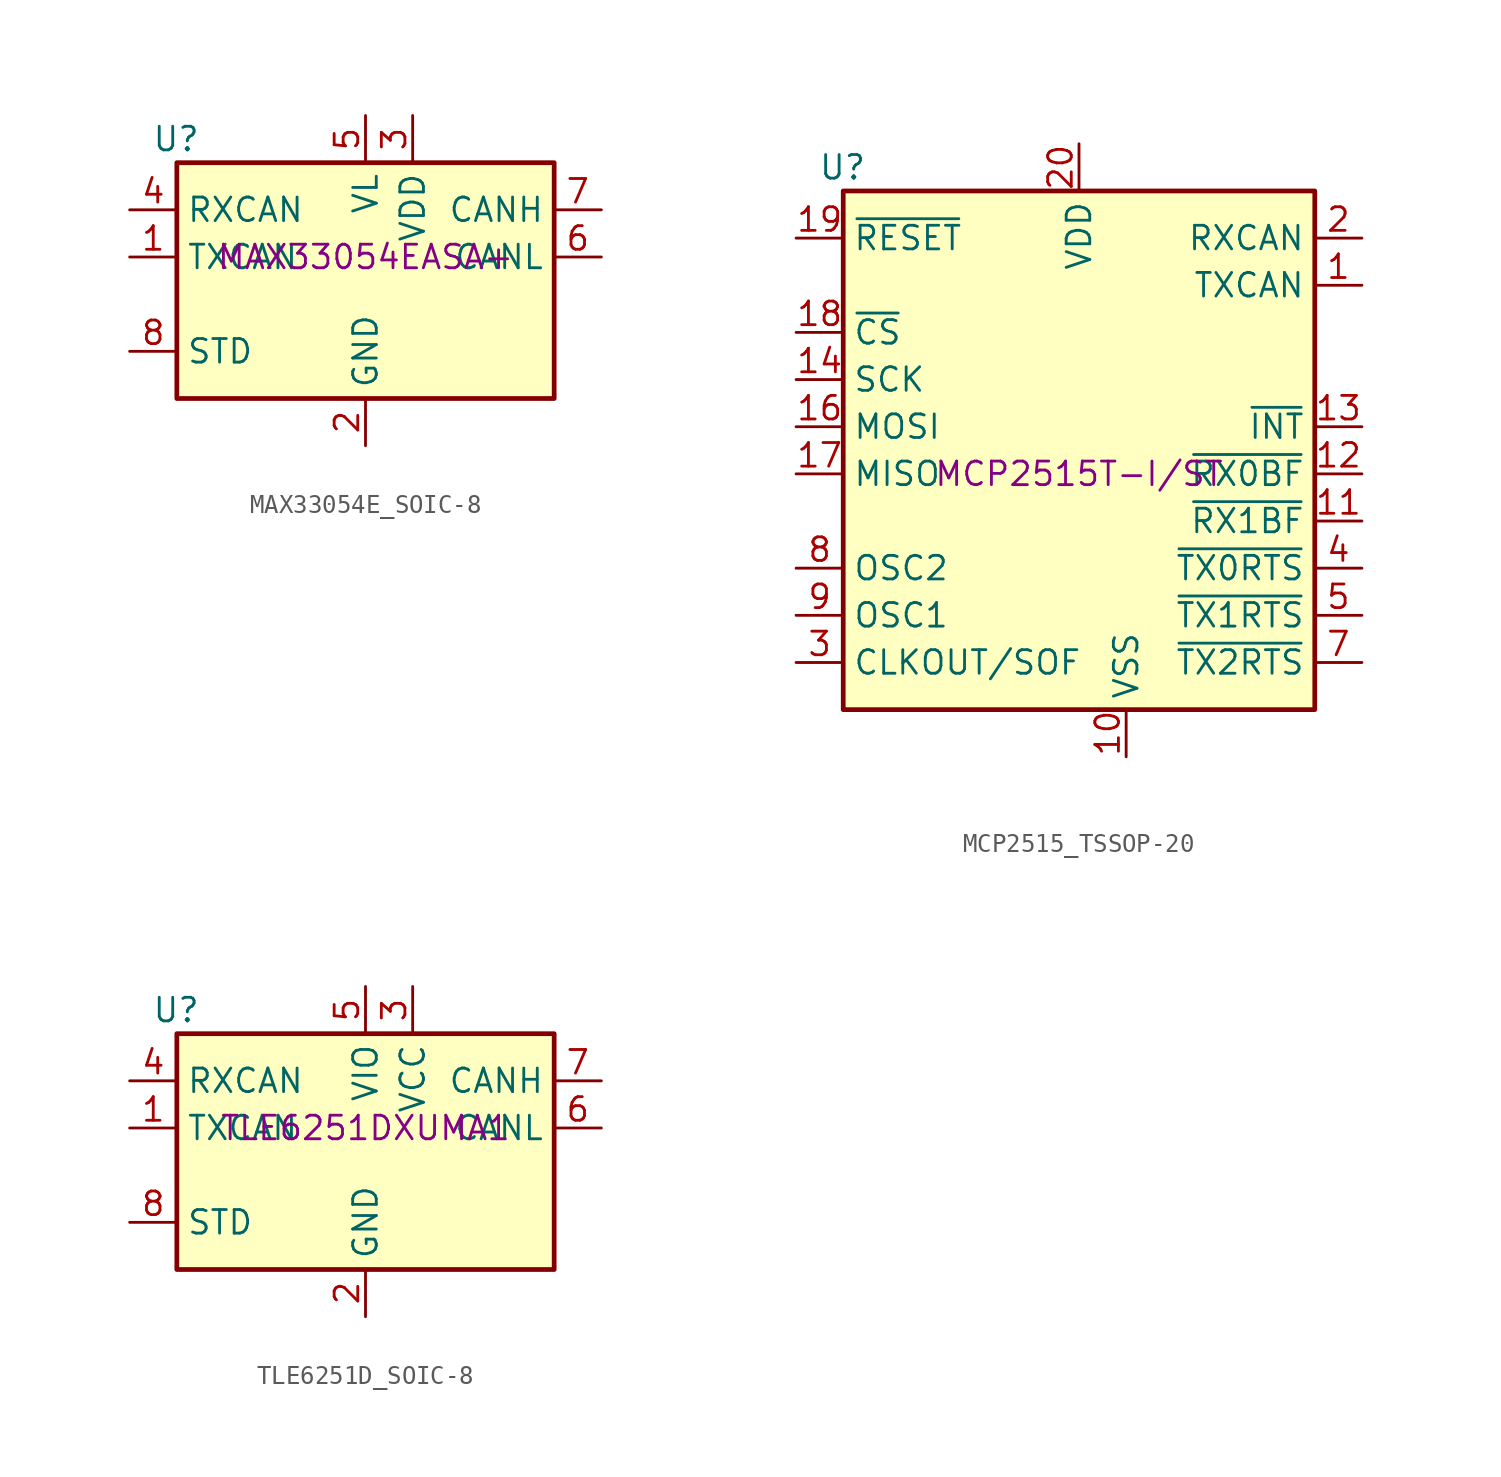
<source format=kicad_sym>
(kicad_symbol_lib
  (version 20211014)
  (generator kicad_symbol_editor)
  (symbol "MAX33054E_SOIC-8"
    (property "Reference" "U"
      (at -8.89 6.35 0)
      (effects (font (size 1.27 1.27)) (justify right)))
    (property "Manufacturer Part Number" "MAX33054EASA+"
      (at 0 0 0)
      (effects (font (size 1.27 1.27))))
    (symbol "MAX33054E_SOIC-8_0_1"
      (rectangle (start -10.16 5.08) (end 10.16 -7.62) (stroke (width 0.254) (type default) (color 0 0 0 0)) (fill (type background))))
    (symbol "MAX33054E_SOIC-8_1_1"
      (pin input line (at -12.7 0 0) (length 2.54) (name "TXCAN" (effects (font (size 1.27 1.27)))) (number "1" (effects (font (size 1.27 1.27)))))
      (pin power_in line (at 0 -10.16 90) (length 2.54) (name "GND" (effects (font (size 1.27 1.27)))) (number "2" (effects (font (size 1.27 1.27)))))
      (pin power_in line (at 2.54 7.62 270) (length 2.54) (name "VDD" (effects (font (size 1.27 1.27)))) (number "3" (effects (font (size 1.27 1.27)))))
      (pin output line (at -12.7 2.54 0) (length 2.54) (name "RXCAN" (effects (font (size 1.27 1.27)))) (number "4" (effects (font (size 1.27 1.27)))))
      (pin power_in line (at 0 7.62 270) (length 2.54) (name "VL" (effects (font (size 1.27 1.27)))) (number "5" (effects (font (size 1.27 1.27)))))
      (pin bidirectional line (at 12.7 0 180) (length 2.54) (name "CANL" (effects (font (size 1.27 1.27)))) (number "6" (effects (font (size 1.27 1.27)))))
      (pin bidirectional line (at 12.7 2.54 180) (length 2.54) (name "CANH" (effects (font (size 1.27 1.27)))) (number "7" (effects (font (size 1.27 1.27)))))
      (pin input line (at -12.7 -5.08 0) (length 2.54) (name "STD" (effects (font (size 1.27 1.27)))) (number "8" (effects (font (size 1.27 1.27)))))))
  (symbol "MCP2515_TSSOP-20"
    (property "Reference" "U"
      (at -11.43 16.51 0)
      (effects (font (size 1.27 1.27)) (justify right)))
    (property "Manufacturer Part Number" "MCP2515T-I/ST"
      (at 0 0 0)
      (effects (font (size 1.27 1.27))))
    (symbol "MCP2515_TSSOP-20_0_1"
      (rectangle (start -12.7 15.24) (end 12.7 -12.7) (stroke (width 0.254) (type default) (color 0 0 0 0)) (fill (type background))))
    (symbol "MCP2515_TSSOP-20_1_1"
      (pin output line (at 15.24 10.16 180) (length 2.54) (name "TXCAN" (effects (font (size 1.27 1.27)))) (number "1" (effects (font (size 1.27 1.27)))))
      (pin power_in line (at 2.54 -15.24 90) (length 2.54) (name "VSS" (effects (font (size 1.27 1.27)))) (number "10" (effects (font (size 1.27 1.27)))))
      (pin output line (at 15.24 -2.54 180) (length 2.54) (name "~{RX1BF}" (effects (font (size 1.27 1.27)))) (number "11" (effects (font (size 1.27 1.27)))))
      (pin output line (at 15.24 0 180) (length 2.54) (name "~{RX0BF}" (effects (font (size 1.27 1.27)))) (number "12" (effects (font (size 1.27 1.27)))))
      (pin output line (at 15.24 2.54 180) (length 2.54) (name "~{INT}" (effects (font (size 1.27 1.27)))) (number "13" (effects (font (size 1.27 1.27)))))
      (pin input line (at -15.24 5.08 0) (length 2.54) (name "SCK" (effects (font (size 1.27 1.27)))) (number "14" (effects (font (size 1.27 1.27)))))
      (pin no_connect line (at -12.7 -2.54 0) (length 2.54) hide (name "NC" (effects (font (size 1.27 1.27)))) (number "15" (effects (font (size 1.27 1.27)))))
      (pin input line (at -15.24 2.54 0) (length 2.54) (name "MOSI" (effects (font (size 1.27 1.27)))) (number "16" (effects (font (size 1.27 1.27)))))
      (pin output line (at -15.24 0 0) (length 2.54) (name "MISO" (effects (font (size 1.27 1.27)))) (number "17" (effects (font (size 1.27 1.27)))))
      (pin input line (at -15.24 7.62 0) (length 2.54) (name "~{CS}" (effects (font (size 1.27 1.27)))) (number "18" (effects (font (size 1.27 1.27)))))
      (pin input line (at -15.24 12.7 0) (length 2.54) (name "~{RESET}" (effects (font (size 1.27 1.27)))) (number "19" (effects (font (size 1.27 1.27)))))
      (pin input line (at 15.24 12.7 180) (length 2.54) (name "RXCAN" (effects (font (size 1.27 1.27)))) (number "2" (effects (font (size 1.27 1.27)))))
      (pin power_in line (at 0 17.78 270) (length 2.54) (name "VDD" (effects (font (size 1.27 1.27)))) (number "20" (effects (font (size 1.27 1.27)))))
      (pin output line (at -15.24 -10.16 0) (length 2.54) (name "CLKOUT/SOF" (effects (font (size 1.27 1.27)))) (number "3" (effects (font (size 1.27 1.27)))))
      (pin input line (at 15.24 -5.08 180) (length 2.54) (name "~{TX0RTS}" (effects (font (size 1.27 1.27)))) (number "4" (effects (font (size 1.27 1.27)))))
      (pin input line (at 15.24 -7.62 180) (length 2.54) (name "~{TX1RTS}" (effects (font (size 1.27 1.27)))) (number "5" (effects (font (size 1.27 1.27)))))
      (pin no_connect line (at -12.7 0 0) (length 2.54) hide (name "NC" (effects (font (size 1.27 1.27)))) (number "6" (effects (font (size 1.27 1.27)))))
      (pin input line (at 15.24 -10.16 180) (length 2.54) (name "~{TX2RTS}" (effects (font (size 1.27 1.27)))) (number "7" (effects (font (size 1.27 1.27)))))
      (pin output line (at -15.24 -5.08 0) (length 2.54) (name "OSC2" (effects (font (size 1.27 1.27)))) (number "8" (effects (font (size 1.27 1.27)))))
      (pin input line (at -15.24 -7.62 0) (length 2.54) (name "OSC1" (effects (font (size 1.27 1.27)))) (number "9" (effects (font (size 1.27 1.27)))))))
  (symbol "TLE6251D_SOIC-8"
    (property "Reference" "U"
      (at -8.89 6.35 0)
      (effects (font (size 1.27 1.27)) (justify right)))
    (property "Manufacturer Part Number" "TLE6251DXUMA1"
      (at 0 0 0)
      (effects (font (size 1.27 1.27))))
    (symbol "TLE6251D_SOIC-8_0_1"
      (rectangle (start -10.16 5.08) (end 10.16 -7.62) (stroke (width 0.254) (type default) (color 0 0 0 0)) (fill (type background))))
    (symbol "TLE6251D_SOIC-8_1_1"
      (pin input line (at -12.7 0 0) (length 2.54) (name "TXCAN" (effects (font (size 1.27 1.27)))) (number "1" (effects (font (size 1.27 1.27)))))
      (pin power_in line (at 0 -10.16 90) (length 2.54) (name "GND" (effects (font (size 1.27 1.27)))) (number "2" (effects (font (size 1.27 1.27)))))
      (pin power_in line (at 2.54 7.62 270) (length 2.54) (name "VCC" (effects (font (size 1.27 1.27)))) (number "3" (effects (font (size 1.27 1.27)))))
      (pin output line (at -12.7 2.54 0) (length 2.54) (name "RXCAN" (effects (font (size 1.27 1.27)))) (number "4" (effects (font (size 1.27 1.27)))))
      (pin power_in line (at 0 7.62 270) (length 2.54) (name "VIO" (effects (font (size 1.27 1.27)))) (number "5" (effects (font (size 1.27 1.27)))))
      (pin bidirectional line (at 12.7 0 180) (length 2.54) (name "CANL" (effects (font (size 1.27 1.27)))) (number "6" (effects (font (size 1.27 1.27)))))
      (pin bidirectional line (at 12.7 2.54 180) (length 2.54) (name "CANH" (effects (font (size 1.27 1.27)))) (number "7" (effects (font (size 1.27 1.27)))))
      (pin input line (at -12.7 -5.08 0) (length 2.54) (name "STD" (effects (font (size 1.27 1.27)))) (number "8" (effects (font (size 1.27 1.27))))))))
</source>
